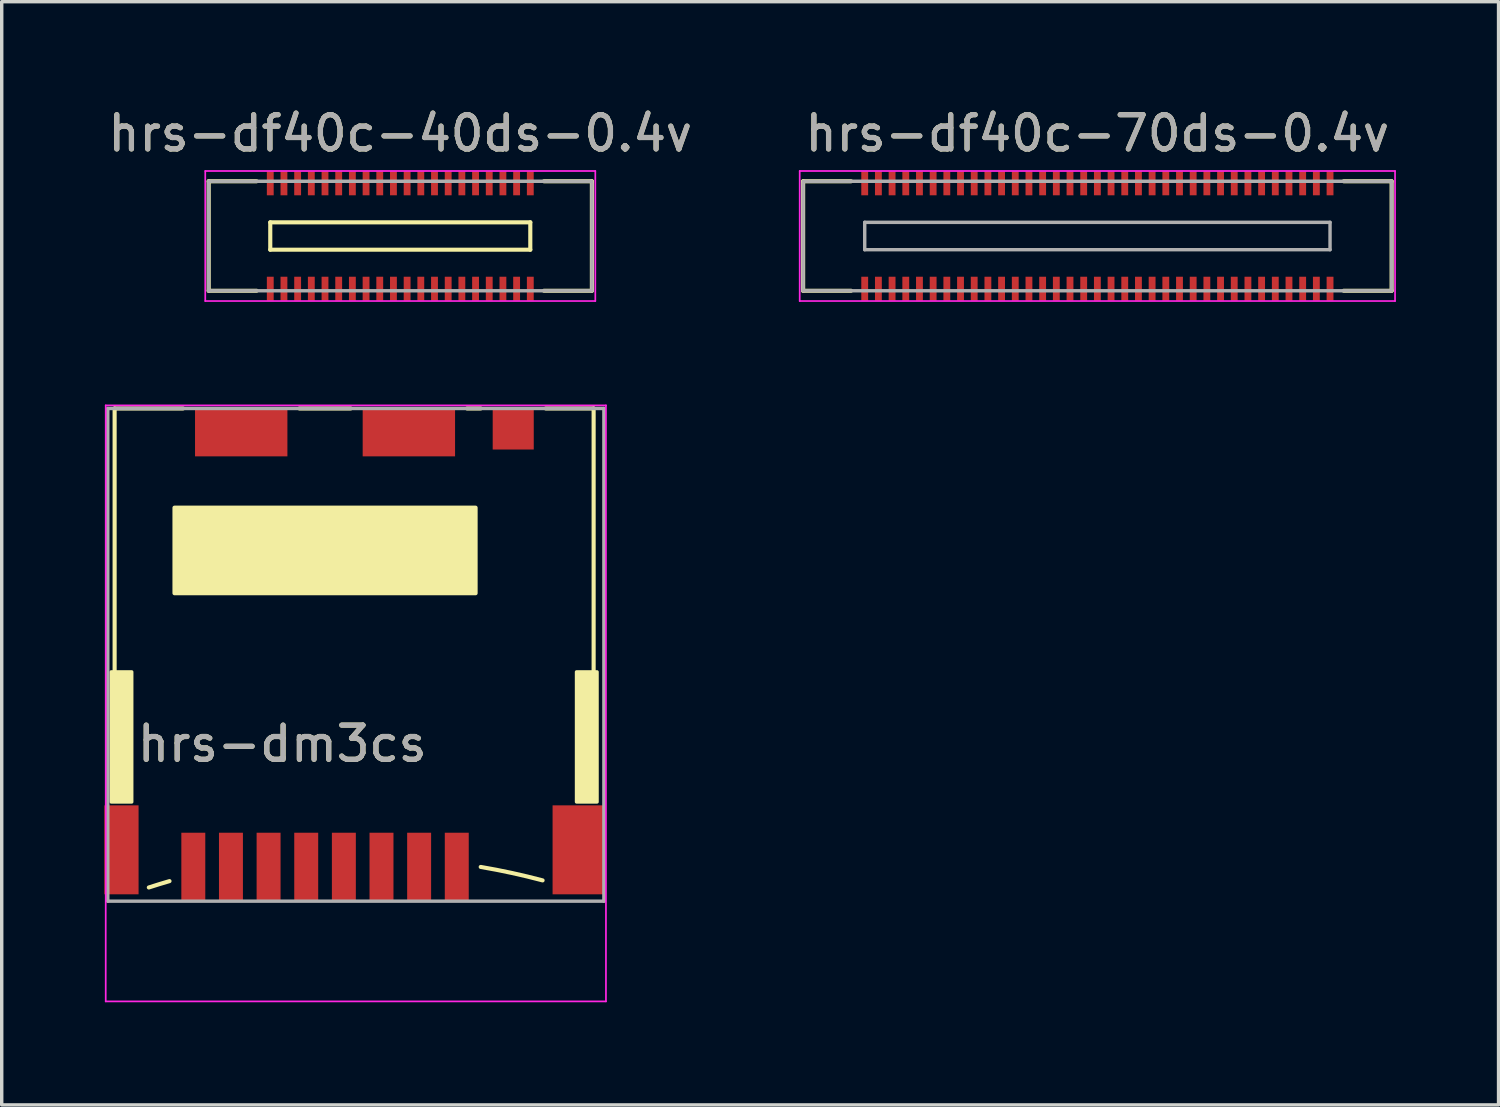
<source format=kicad_pcb>
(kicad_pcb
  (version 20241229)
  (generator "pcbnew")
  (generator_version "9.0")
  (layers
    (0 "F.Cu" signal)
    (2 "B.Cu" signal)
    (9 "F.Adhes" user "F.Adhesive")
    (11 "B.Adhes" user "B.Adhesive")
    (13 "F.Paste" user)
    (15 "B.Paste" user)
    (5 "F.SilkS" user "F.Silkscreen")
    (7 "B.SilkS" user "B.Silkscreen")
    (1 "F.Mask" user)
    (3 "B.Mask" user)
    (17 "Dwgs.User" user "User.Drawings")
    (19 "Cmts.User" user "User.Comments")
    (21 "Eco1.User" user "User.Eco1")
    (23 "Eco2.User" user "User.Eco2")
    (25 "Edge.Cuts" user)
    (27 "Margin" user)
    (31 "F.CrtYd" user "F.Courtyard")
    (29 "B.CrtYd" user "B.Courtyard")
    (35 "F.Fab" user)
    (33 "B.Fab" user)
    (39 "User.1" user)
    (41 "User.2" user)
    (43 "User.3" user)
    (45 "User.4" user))
  (footprint "hrs-df40c-40ds-0.4v"
    (layer "F.Cu")
    (at 8.649 3.848)
    (property "Reference" "hrs-df40c-40ds-0.4v" (at 0 -3 0) (layer "F.SilkS") (effects (font (size 1 1) (thickness 0.15))))
    (attr smd)
    (fp_line (start -5.6 -1.6) (end -5.6 1.6) (stroke (width 0.12) (type solid)) (layer "F.SilkS"))
    (fp_line (start -5.6 1.6) (end -4.2 1.6) (stroke (width 0.12) (type solid)) (layer "F.SilkS"))
    (fp_line (start -4.2 -1.6) (end -5.6 -1.6) (stroke (width 0.12) (type solid)) (layer "F.SilkS"))
    (fp_line (start -3.8 -0.4) (end -3.8 0.4) (stroke (width 0.12) (type solid)) (layer "F.SilkS"))
    (fp_line (start -3.8 0.4) (end 3.8 0.4) (stroke (width 0.12) (type solid)) (layer "F.SilkS"))
    (fp_line (start 3.8 -0.4) (end -3.8 -0.4) (stroke (width 0.12) (type solid)) (layer "F.SilkS"))
    (fp_line (start 3.8 0.4) (end 3.8 -0.4) (stroke (width 0.12) (type solid)) (layer "F.SilkS"))
    (fp_line (start 4.2 -1.6) (end 5.6 -1.6) (stroke (width 0.12) (type solid)) (layer "F.SilkS"))
    (fp_line (start 5.6 -1.6) (end 5.6 1.6) (stroke (width 0.12) (type solid)) (layer "F.SilkS"))
    (fp_line (start 5.6 1.6) (end 4.2 1.6) (stroke (width 0.12) (type solid)) (layer "F.SilkS"))
    (fp_line (start -5.7 -1.9) (end 5.7 -1.9) (stroke (width 0.05) (type solid)) (layer "F.CrtYd"))
    (fp_line (start -5.7 1.9) (end -5.7 -1.9) (stroke (width 0.05) (type solid)) (layer "F.CrtYd"))
    (fp_line (start 5.7 -1.9) (end 5.7 1.9) (stroke (width 0.05) (type solid)) (layer "F.CrtYd"))
    (fp_line (start 5.7 1.9) (end -5.7 1.9) (stroke (width 0.05) (type solid)) (layer "F.CrtYd"))
    (fp_line (start -5.6 -1.6) (end -5.6 1.6) (stroke (width 0.1) (type solid)) (layer "F.Fab"))
    (fp_line (start -5.6 1.6) (end 5.6 1.6) (stroke (width 0.1) (type solid)) (layer "F.Fab"))
    (fp_line (start 5.6 -1.6) (end -5.6 -1.6) (stroke (width 0.1) (type solid)) (layer "F.Fab"))
    (fp_line (start 5.6 1.6) (end 5.6 -1.55) (stroke (width 0.1) (type solid)) (layer "F.Fab"))
    (fp_text user "${REFERENCE}" (at 0 -3 0) (layer "F.Fab") (effects (font (size 1 1) (thickness 0.15))))
    (pad "1" smd rect (at 3.8 1.54) (size 0.2 0.7) (layers "F.Cu" "F.Mask" "F.Paste"))
    (pad "2" smd rect (at 3.4 1.54) (size 0.2 0.7) (layers "F.Cu" "F.Mask" "F.Paste"))
    (pad "3" smd rect (at 3 1.54) (size 0.2 0.7) (layers "F.Cu" "F.Mask" "F.Paste"))
    (pad "4" smd rect (at 2.6 1.54) (size 0.2 0.7) (layers "F.Cu" "F.Mask" "F.Paste"))
    (pad "5" smd rect (at 2.2 1.54) (size 0.2 0.7) (layers "F.Cu" "F.Mask" "F.Paste"))
    (pad "6" smd rect (at 1.8 1.54) (size 0.2 0.7) (layers "F.Cu" "F.Mask" "F.Paste"))
    (pad "7" smd rect (at 1.4 1.54) (size 0.2 0.7) (layers "F.Cu" "F.Mask" "F.Paste"))
    (pad "8" smd rect (at 1 1.54) (size 0.2 0.7) (layers "F.Cu" "F.Mask" "F.Paste"))
    (pad "9" smd rect (at 0.6 1.54) (size 0.2 0.7) (layers "F.Cu" "F.Mask" "F.Paste"))
    (pad "10" smd rect (at 0.2 1.54) (size 0.2 0.7) (layers "F.Cu" "F.Mask" "F.Paste"))
    (pad "11" smd rect (at -0.2 1.54) (size 0.2 0.7) (layers "F.Cu" "F.Mask" "F.Paste"))
    (pad "12" smd rect (at -0.6 1.54) (size 0.2 0.7) (layers "F.Cu" "F.Mask" "F.Paste"))
    (pad "13" smd rect (at -1 1.54) (size 0.2 0.7) (layers "F.Cu" "F.Mask" "F.Paste"))
    (pad "14" smd rect (at -1.4 1.54) (size 0.2 0.7) (layers "F.Cu" "F.Mask" "F.Paste"))
    (pad "15" smd rect (at -1.8 1.54) (size 0.2 0.7) (layers "F.Cu" "F.Mask" "F.Paste"))
    (pad "16" smd rect (at -2.2 1.54) (size 0.2 0.7) (layers "F.Cu" "F.Mask" "F.Paste"))
    (pad "17" smd rect (at -2.6 1.54) (size 0.2 0.7) (layers "F.Cu" "F.Mask" "F.Paste"))
    (pad "18" smd rect (at -3 1.54) (size 0.2 0.7) (layers "F.Cu" "F.Mask" "F.Paste"))
    (pad "19" smd rect (at -3.4 1.54) (size 0.2 0.7) (layers "F.Cu" "F.Mask" "F.Paste"))
    (pad "20" smd rect (at -3.8 1.54) (size 0.2 0.7) (layers "F.Cu" "F.Mask" "F.Paste"))
    (pad "21" smd rect (at 3.8 -1.54) (size 0.2 0.7) (layers "F.Cu" "F.Mask" "F.Paste"))
    (pad "22" smd rect (at 3.4 -1.54) (size 0.2 0.7) (layers "F.Cu" "F.Mask" "F.Paste"))
    (pad "23" smd rect (at 3 -1.54) (size 0.2 0.7) (layers "F.Cu" "F.Mask" "F.Paste"))
    (pad "24" smd rect (at 2.6 -1.54) (size 0.2 0.7) (layers "F.Cu" "F.Mask" "F.Paste"))
    (pad "25" smd rect (at 2.2 -1.54) (size 0.2 0.7) (layers "F.Cu" "F.Mask" "F.Paste"))
    (pad "26" smd rect (at 1.8 -1.54) (size 0.2 0.7) (layers "F.Cu" "F.Mask" "F.Paste"))
    (pad "27" smd rect (at 1.4 -1.54) (size 0.2 0.7) (layers "F.Cu" "F.Mask" "F.Paste"))
    (pad "28" smd rect (at 1 -1.54) (size 0.2 0.7) (layers "F.Cu" "F.Mask" "F.Paste"))
    (pad "29" smd rect (at 0.6 -1.54) (size 0.2 0.7) (layers "F.Cu" "F.Mask" "F.Paste"))
    (pad "30" smd rect (at 0.2 -1.54) (size 0.2 0.7) (layers "F.Cu" "F.Mask" "F.Paste"))
    (pad "31" smd rect (at -0.2 -1.54) (size 0.2 0.7) (layers "F.Cu" "F.Mask" "F.Paste"))
    (pad "32" smd rect (at -0.6 -1.54) (size 0.2 0.7) (layers "F.Cu" "F.Mask" "F.Paste"))
    (pad "33" smd rect (at -1 -1.54) (size 0.2 0.7) (layers "F.Cu" "F.Mask" "F.Paste"))
    (pad "34" smd rect (at -1.4 -1.54) (size 0.2 0.7) (layers "F.Cu" "F.Mask" "F.Paste"))
    (pad "35" smd rect (at -1.8 -1.54) (size 0.2 0.7) (layers "F.Cu" "F.Mask" "F.Paste"))
    (pad "36" smd rect (at -2.2 -1.54) (size 0.2 0.7) (layers "F.Cu" "F.Mask" "F.Paste"))
    (pad "37" smd rect (at -2.6 -1.54) (size 0.2 0.7) (layers "F.Cu" "F.Mask" "F.Paste"))
    (pad "38" smd rect (at -3 -1.54) (size 0.2 0.7) (layers "F.Cu" "F.Mask" "F.Paste"))
    (pad "39" smd rect (at -3.4 -1.54) (size 0.2 0.7) (layers "F.Cu" "F.Mask" "F.Paste"))
    (pad "40" smd rect (at -3.8 -1.54) (size 0.2 0.7) (layers "F.Cu" "F.Mask" "F.Paste")))
  (footprint "hrs-df40c-70ds-0.4v"
    (layer "F.Cu")
    (at 29.023 3.848)
    (property "Reference" "hrs-df40c-70ds-0.4v" (at 0 -3 0) (layer "F.SilkS") (effects (font (size 1 1) (thickness 0.15))))
    (attr smd)
    (fp_line (start -8.6 -1.6) (end -8.6 1.6) (stroke (width 0.12) (type solid)) (layer "F.SilkS"))
    (fp_line (start -8.6 1.6) (end -7.2 1.6) (stroke (width 0.12) (type solid)) (layer "F.SilkS"))
    (fp_line (start -7.2 -1.6) (end -8.6 -1.6) (stroke (width 0.12) (type solid)) (layer "F.SilkS"))
    (fp_line (start 7.2 -1.6) (end 8.6 -1.6) (stroke (width 0.12) (type solid)) (layer "F.SilkS"))
    (fp_line (start 8.6 -1.6) (end 8.6 1.6) (stroke (width 0.12) (type solid)) (layer "F.SilkS"))
    (fp_line (start 8.6 1.6) (end 7.2 1.6) (stroke (width 0.12) (type solid)) (layer "F.SilkS"))
    (fp_line (start -8.7 -1.9) (end -8.7 1.9) (stroke (width 0.05) (type solid)) (layer "F.CrtYd"))
    (fp_line (start -8.7 1.9) (end 8.7 1.9) (stroke (width 0.05) (type solid)) (layer "F.CrtYd"))
    (fp_line (start 8.7 -1.9) (end -8.7 -1.9) (stroke (width 0.05) (type solid)) (layer "F.CrtYd"))
    (fp_line (start 8.7 1.9) (end 8.7 -1.9) (stroke (width 0.05) (type solid)) (layer "F.CrtYd"))
    (fp_line (start -8.6 -1.6) (end 8.6 -1.6) (stroke (width 0.1) (type solid)) (layer "F.Fab"))
    (fp_line (start -8.6 1.6) (end -8.6 -1.55) (stroke (width 0.1) (type solid)) (layer "F.Fab"))
    (fp_line (start -6.8 -0.4) (end -6.8 0.4) (stroke (width 0.1) (type solid)) (layer "F.Fab"))
    (fp_line (start -6.8 -0.4) (end 6.8 -0.4) (stroke (width 0.1) (type solid)) (layer "F.Fab"))
    (fp_line (start 6.8 0.4) (end -6.8 0.4) (stroke (width 0.1) (type solid)) (layer "F.Fab"))
    (fp_line (start 6.8 0.4) (end 6.8 -0.4) (stroke (width 0.1) (type solid)) (layer "F.Fab"))
    (fp_line (start 8.6 -1.6) (end 8.6 1.6) (stroke (width 0.1) (type solid)) (layer "F.Fab"))
    (fp_line (start 8.6 1.6) (end -8.6 1.6) (stroke (width 0.1) (type solid)) (layer "F.Fab"))
    (fp_text user "${REFERENCE}" (at 0 -3 0) (layer "F.Fab") (effects (font (size 1 1) (thickness 0.15))))
    (pad "1" smd rect (at 6.8 1.54) (size 0.2 0.7) (layers "F.Cu" "F.Mask" "F.Paste"))
    (pad "2" smd rect (at 6.4 1.54) (size 0.2 0.7) (layers "F.Cu" "F.Mask" "F.Paste"))
    (pad "3" smd rect (at 6 1.54) (size 0.2 0.7) (layers "F.Cu" "F.Mask" "F.Paste"))
    (pad "4" smd rect (at 5.6 1.54) (size 0.2 0.7) (layers "F.Cu" "F.Mask" "F.Paste"))
    (pad "5" smd rect (at 5.2 1.54) (size 0.2 0.7) (layers "F.Cu" "F.Mask" "F.Paste"))
    (pad "6" smd rect (at 4.8 1.54) (size 0.2 0.7) (layers "F.Cu" "F.Mask" "F.Paste"))
    (pad "7" smd rect (at 4.4 1.54) (size 0.2 0.7) (layers "F.Cu" "F.Mask" "F.Paste"))
    (pad "8" smd rect (at 4 1.54) (size 0.2 0.7) (layers "F.Cu" "F.Mask" "F.Paste"))
    (pad "9" smd rect (at 3.6 1.54) (size 0.2 0.7) (layers "F.Cu" "F.Mask" "F.Paste"))
    (pad "10" smd rect (at 3.2 1.54) (size 0.2 0.7) (layers "F.Cu" "F.Mask" "F.Paste"))
    (pad "11" smd rect (at 2.8 1.54) (size 0.2 0.7) (layers "F.Cu" "F.Mask" "F.Paste"))
    (pad "12" smd rect (at 2.4 1.54) (size 0.2 0.7) (layers "F.Cu" "F.Mask" "F.Paste"))
    (pad "13" smd rect (at 2 1.54) (size 0.2 0.7) (layers "F.Cu" "F.Mask" "F.Paste"))
    (pad "14" smd rect (at 1.6 1.54) (size 0.2 0.7) (layers "F.Cu" "F.Mask" "F.Paste"))
    (pad "15" smd rect (at 1.2 1.54) (size 0.2 0.7) (layers "F.Cu" "F.Mask" "F.Paste"))
    (pad "16" smd rect (at 0.8 1.54) (size 0.2 0.7) (layers "F.Cu" "F.Mask" "F.Paste"))
    (pad "17" smd rect (at 0.4 1.54) (size 0.2 0.7) (layers "F.Cu" "F.Mask" "F.Paste"))
    (pad "18" smd rect (at 0 1.54) (size 0.2 0.7) (layers "F.Cu" "F.Mask" "F.Paste"))
    (pad "19" smd rect (at -0.4 1.54) (size 0.2 0.7) (layers "F.Cu" "F.Mask" "F.Paste"))
    (pad "20" smd rect (at -0.8 1.54) (size 0.2 0.7) (layers "F.Cu" "F.Mask" "F.Paste"))
    (pad "21" smd rect (at -1.2 1.54) (size 0.2 0.7) (layers "F.Cu" "F.Mask" "F.Paste"))
    (pad "22" smd rect (at -1.6 1.54) (size 0.2 0.7) (layers "F.Cu" "F.Mask" "F.Paste"))
    (pad "23" smd rect (at -2 1.54) (size 0.2 0.7) (layers "F.Cu" "F.Mask" "F.Paste"))
    (pad "24" smd rect (at -2.4 1.54) (size 0.2 0.7) (layers "F.Cu" "F.Mask" "F.Paste"))
    (pad "25" smd rect (at -2.8 1.54) (size 0.2 0.7) (layers "F.Cu" "F.Mask" "F.Paste"))
    (pad "26" smd rect (at -3.2 1.54) (size 0.2 0.7) (layers "F.Cu" "F.Mask" "F.Paste"))
    (pad "27" smd rect (at -3.6 1.54) (size 0.2 0.7) (layers "F.Cu" "F.Mask" "F.Paste"))
    (pad "28" smd rect (at -4 1.54) (size 0.2 0.7) (layers "F.Cu" "F.Mask" "F.Paste"))
    (pad "29" smd rect (at -4.4 1.54) (size 0.2 0.7) (layers "F.Cu" "F.Mask" "F.Paste"))
    (pad "30" smd rect (at -4.8 1.54) (size 0.2 0.7) (layers "F.Cu" "F.Mask" "F.Paste"))
    (pad "31" smd rect (at -5.2 1.54) (size 0.2 0.7) (layers "F.Cu" "F.Mask" "F.Paste"))
    (pad "32" smd rect (at -5.6 1.54) (size 0.2 0.7) (layers "F.Cu" "F.Mask" "F.Paste"))
    (pad "33" smd rect (at -6 1.54) (size 0.2 0.7) (layers "F.Cu" "F.Mask" "F.Paste"))
    (pad "34" smd rect (at -6.4 1.54) (size 0.2 0.7) (layers "F.Cu" "F.Mask" "F.Paste"))
    (pad "35" smd rect (at -6.8 1.54) (size 0.2 0.7) (layers "F.Cu" "F.Mask" "F.Paste"))
    (pad "36" smd rect (at 6.8 -1.54) (size 0.2 0.7) (layers "F.Cu" "F.Mask" "F.Paste"))
    (pad "37" smd rect (at 6.4 -1.54) (size 0.2 0.7) (layers "F.Cu" "F.Mask" "F.Paste"))
    (pad "38" smd rect (at 6 -1.54) (size 0.2 0.7) (layers "F.Cu" "F.Mask" "F.Paste"))
    (pad "39" smd rect (at 5.6 -1.54) (size 0.2 0.7) (layers "F.Cu" "F.Mask" "F.Paste"))
    (pad "40" smd rect (at 5.2 -1.54) (size 0.2 0.7) (layers "F.Cu" "F.Mask" "F.Paste"))
    (pad "41" smd rect (at 4.8 -1.54) (size 0.2 0.7) (layers "F.Cu" "F.Mask" "F.Paste"))
    (pad "42" smd rect (at 4.4 -1.54) (size 0.2 0.7) (layers "F.Cu" "F.Mask" "F.Paste"))
    (pad "43" smd rect (at 4 -1.54) (size 0.2 0.7) (layers "F.Cu" "F.Mask" "F.Paste"))
    (pad "44" smd rect (at 3.6 -1.54) (size 0.2 0.7) (layers "F.Cu" "F.Mask" "F.Paste"))
    (pad "45" smd rect (at 3.2 -1.54) (size 0.2 0.7) (layers "F.Cu" "F.Mask" "F.Paste"))
    (pad "46" smd rect (at 2.8 -1.54) (size 0.2 0.7) (layers "F.Cu" "F.Mask" "F.Paste"))
    (pad "47" smd rect (at 2.4 -1.54) (size 0.2 0.7) (layers "F.Cu" "F.Mask" "F.Paste"))
    (pad "48" smd rect (at 2 -1.54) (size 0.2 0.7) (layers "F.Cu" "F.Mask" "F.Paste"))
    (pad "49" smd rect (at 1.6 -1.54) (size 0.2 0.7) (layers "F.Cu" "F.Mask" "F.Paste"))
    (pad "50" smd rect (at 1.2 -1.54) (size 0.2 0.7) (layers "F.Cu" "F.Mask" "F.Paste"))
    (pad "51" smd rect (at 0.8 -1.54) (size 0.2 0.7) (layers "F.Cu" "F.Mask" "F.Paste"))
    (pad "52" smd rect (at 0.4 -1.54) (size 0.2 0.7) (layers "F.Cu" "F.Mask" "F.Paste"))
    (pad "53" smd rect (at 0 -1.54) (size 0.2 0.7) (layers "F.Cu" "F.Mask" "F.Paste"))
    (pad "54" smd rect (at -0.4 -1.54) (size 0.2 0.7) (layers "F.Cu" "F.Mask" "F.Paste"))
    (pad "55" smd rect (at -0.8 -1.54) (size 0.2 0.7) (layers "F.Cu" "F.Mask" "F.Paste"))
    (pad "56" smd rect (at -1.2 -1.54) (size 0.2 0.7) (layers "F.Cu" "F.Mask" "F.Paste"))
    (pad "57" smd rect (at -1.6 -1.54) (size 0.2 0.7) (layers "F.Cu" "F.Mask" "F.Paste"))
    (pad "58" smd rect (at -2 -1.54) (size 0.2 0.7) (layers "F.Cu" "F.Mask" "F.Paste"))
    (pad "59" smd rect (at -2.4 -1.54) (size 0.2 0.7) (layers "F.Cu" "F.Mask" "F.Paste"))
    (pad "60" smd rect (at -2.8 -1.54) (size 0.2 0.7) (layers "F.Cu" "F.Mask" "F.Paste"))
    (pad "61" smd rect (at -3.2 -1.54) (size 0.2 0.7) (layers "F.Cu" "F.Mask" "F.Paste"))
    (pad "62" smd rect (at -3.6 -1.54) (size 0.2 0.7) (layers "F.Cu" "F.Mask" "F.Paste"))
    (pad "63" smd rect (at -4 -1.54) (size 0.2 0.7) (layers "F.Cu" "F.Mask" "F.Paste"))
    (pad "64" smd rect (at -4.4 -1.54) (size 0.2 0.7) (layers "F.Cu" "F.Mask" "F.Paste"))
    (pad "65" smd rect (at -4.8 -1.54) (size 0.2 0.7) (layers "F.Cu" "F.Mask" "F.Paste"))
    (pad "66" smd rect (at -5.2 -1.54) (size 0.2 0.7) (layers "F.Cu" "F.Mask" "F.Paste"))
    (pad "67" smd rect (at -5.6 -1.54) (size 0.2 0.7) (layers "F.Cu" "F.Mask" "F.Paste"))
    (pad "68" smd rect (at -6 -1.54) (size 0.2 0.7) (layers "F.Cu" "F.Mask" "F.Paste"))
    (pad "69" smd rect (at -6.4 -1.54) (size 0.2 0.7) (layers "F.Cu" "F.Mask" "F.Paste"))
    (pad "70" smd rect (at -6.8 -1.54) (size 0.2 0.7) (layers "F.Cu" "F.Mask" "F.Paste")))
  (footprint "hrs-dm3cs"
    (layer "F.Cu")
    (at 7.3 16.088)
    (property "Reference" "hrs-dm3cs" (at -2.1 2.6 0) (layer "F.SilkS") (effects (font (size 1 1) (thickness 0.15))))
    (attr smd)
    (fp_line (start -7 -7.2) (end -5 -7.2) (stroke (width 0.12) (type solid)) (layer "F.SilkS"))
    (fp_line (start -7 0.6) (end -7 -7.2) (stroke (width 0.12) (type solid)) (layer "F.SilkS"))
    (fp_line (start -1.6 -7.2) (end -0.1 -7.2) (stroke (width 0.12) (type solid)) (layer "F.SilkS"))
    (fp_line (start 3.3 -7.2) (end 3.7 -7.2) (stroke (width 0.12) (type solid)) (layer "F.SilkS"))
    (fp_line (start 7 -7.2) (end 5.6 -7.2) (stroke (width 0.12) (type solid)) (layer "F.SilkS"))
    (fp_line (start 7 0.6) (end 7 -7.2) (stroke (width 0.12) (type solid)) (layer "F.SilkS"))
    (fp_arc (start -6 6.8) (mid -5.698667 6.704719) (end -5.395894 6.614118) (stroke (width 0.12) (type solid)) (layer "F.SilkS"))
    (fp_arc (start 3.7 6.2) (mid 4.608541 6.375861) (end 5.508117 6.592973) (stroke (width 0.12) (type solid)) (layer "F.SilkS"))
    (fp_poly (pts (xy -7.1 0.5) (xy -6.5 0.5) (xy -6.5 4.3) (xy -7.1 4.3)) (stroke (width 0.1) (type solid)) (fill yes) (layer "F.SilkS"))
    (fp_poly (pts (xy -5.25 -4.3) (xy 3.55 -4.3) (xy 3.55 -1.8) (xy -5.25 -1.8)) (stroke (width 0.12) (type solid)) (fill yes) (layer "F.SilkS"))
    (fp_poly (pts (xy 6.5 0.5) (xy 7.1 0.5) (xy 7.1 4.3) (xy 6.5 4.3)) (stroke (width 0.1) (type solid)) (fill yes) (layer "F.SilkS"))
    (fp_line (start -7.26 -7.29) (end -7.26 10.13) (stroke (width 0.05) (type solid)) (layer "F.CrtYd"))
    (fp_line (start -7.26 10.13) (end 7.36 10.13) (stroke (width 0.05) (type solid)) (layer "F.CrtYd"))
    (fp_line (start 7.36 -7.29) (end -7.26 -7.29) (stroke (width 0.05) (type solid)) (layer "F.CrtYd"))
    (fp_line (start 7.36 10.13) (end 7.36 -7.29) (stroke (width 0.05) (type solid)) (layer "F.CrtYd"))
    (fp_line (start -7.2 -7.2) (end -7.2 7.2) (stroke (width 0.1) (type solid)) (layer "F.Fab"))
    (fp_line (start -7.2 7.2) (end 7.3 7.2) (stroke (width 0.1) (type solid)) (layer "F.Fab"))
    (fp_line (start 7.3 -7.2) (end -7.2 -7.2) (stroke (width 0.1) (type solid)) (layer "F.Fab"))
    (fp_line (start 7.3 7.2) (end 7.3 -7.2) (stroke (width 0.1) (type solid)) (layer "F.Fab"))
    (fp_text user "${REFERENCE}" (at -2.1 2.6 0) (layer "F.Fab") (effects (font (size 1 1) (thickness 0.15))))
    (pad "" smd rect (at -6.8 5.7) (size 1 2.6) (layers "F.Cu" "F.Mask" "F.Paste"))
    (pad "" smd rect (at -3.3 -6.5) (size 2.7 1.4) (layers "F.Cu" "F.Mask" "F.Paste"))
    (pad "" smd rect (at 1.6 -6.5) (size 2.7 1.4) (layers "F.Cu" "F.Mask" "F.Paste"))
    (pad "" smd rect (at 4.65 -6.6) (size 1.2 1.2) (layers "F.Cu" "F.Mask" "F.Paste"))
    (pad "" smd rect (at 6.55 5.7) (size 1.5 2.6) (layers "F.Cu" "F.Mask" "F.Paste"))
    (pad "1" smd rect (at 3 6.2) (size 0.7 2) (layers "F.Cu" "F.Mask" "F.Paste"))
    (pad "2" smd rect (at 1.9 6.2) (size 0.7 2) (layers "F.Cu" "F.Mask" "F.Paste"))
    (pad "3" smd rect (at 0.8 6.2) (size 0.7 2) (layers "F.Cu" "F.Mask" "F.Paste"))
    (pad "4" smd rect (at -0.3 6.2) (size 0.7 2) (layers "F.Cu" "F.Mask" "F.Paste"))
    (pad "5" smd rect (at -1.4 6.2) (size 0.7 2) (layers "F.Cu" "F.Mask" "F.Paste"))
    (pad "6" smd rect (at -2.5 6.2) (size 0.7 2) (layers "F.Cu" "F.Mask" "F.Paste"))
    (pad "7" smd rect (at -3.6 6.2) (size 0.7 2) (layers "F.Cu" "F.Mask" "F.Paste"))
    (pad "8" smd rect (at -4.7 6.2) (size 0.7 2) (layers "F.Cu" "F.Mask" "F.Paste")))
  (gr_rect
    (start -3 -3)
    (end 40.748 29.243)
    (stroke (width 0.1) (type default))
    (fill no)
    (layer "Edge.Cuts")))
</source>
